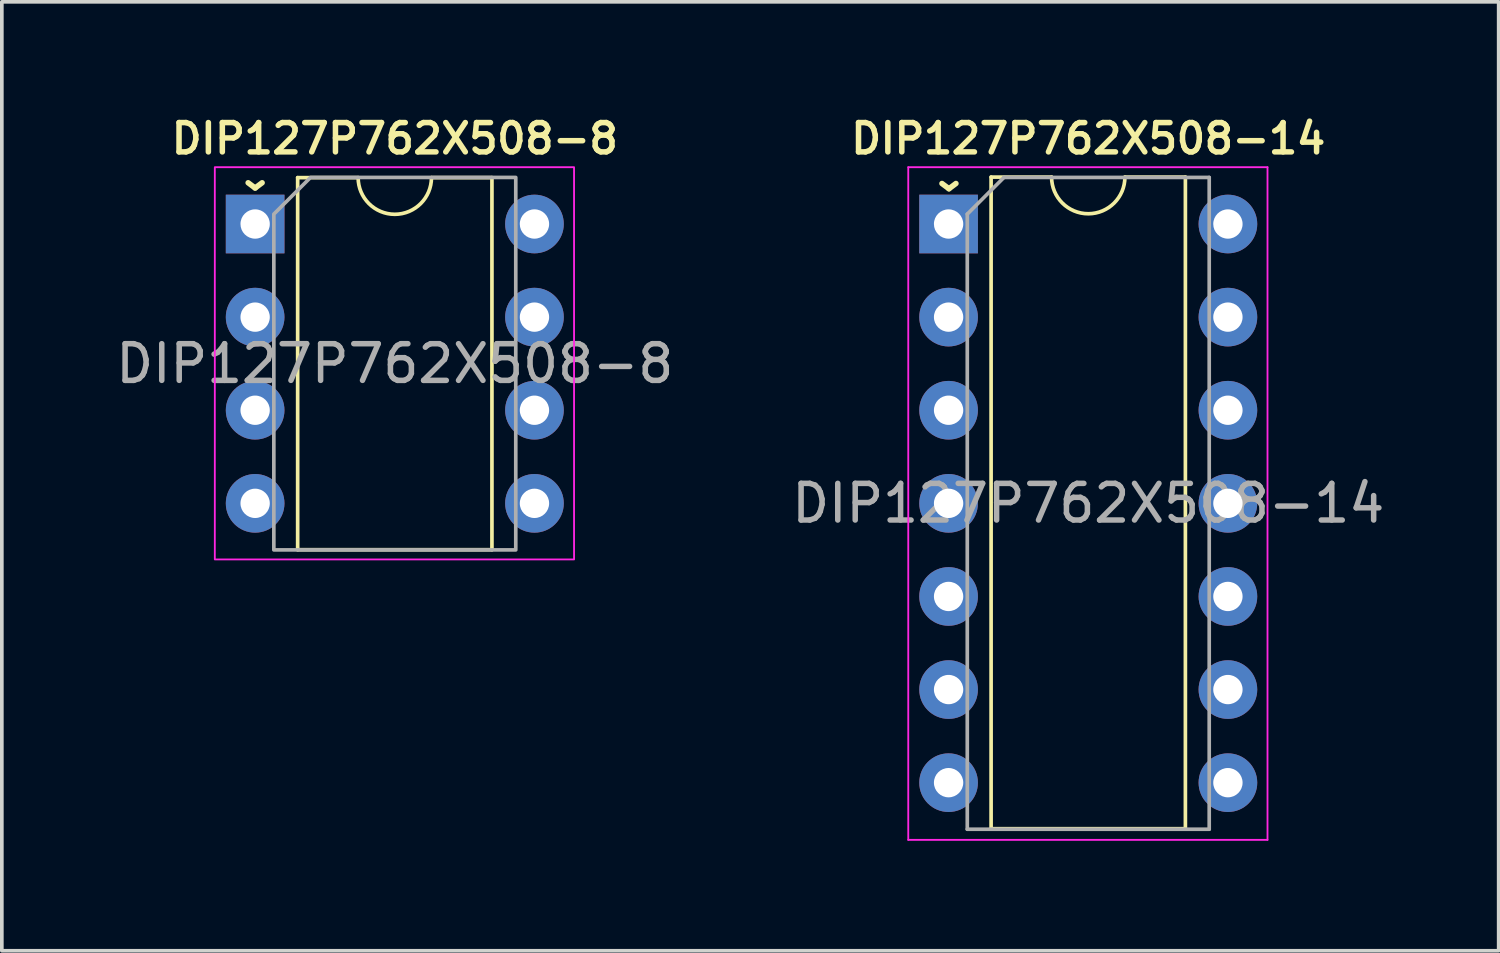
<source format=kicad_pcb>
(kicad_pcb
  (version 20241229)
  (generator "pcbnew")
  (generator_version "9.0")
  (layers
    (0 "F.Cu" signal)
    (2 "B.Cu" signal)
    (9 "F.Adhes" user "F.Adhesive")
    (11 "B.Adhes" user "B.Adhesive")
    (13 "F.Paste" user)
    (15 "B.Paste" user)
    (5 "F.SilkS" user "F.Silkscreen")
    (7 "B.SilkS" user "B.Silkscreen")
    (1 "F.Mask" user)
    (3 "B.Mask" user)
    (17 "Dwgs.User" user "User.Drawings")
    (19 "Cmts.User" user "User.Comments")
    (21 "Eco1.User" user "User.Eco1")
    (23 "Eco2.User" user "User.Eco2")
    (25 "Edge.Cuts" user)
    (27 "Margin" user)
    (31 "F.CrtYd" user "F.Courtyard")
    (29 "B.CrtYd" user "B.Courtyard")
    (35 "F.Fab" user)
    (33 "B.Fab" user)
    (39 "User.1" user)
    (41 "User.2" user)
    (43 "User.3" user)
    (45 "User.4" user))
  (footprint "DIP127P762X508-14"
    (layer "F.Cu")
    (at 26.637 10.681)
    (property "Reference" "DIP127P762X508-14" (at 0 -9.95 0) (layer "F.SilkS") (effects (font (size 0.8 0.8) (thickness 0.15))))
    (attr through_hole)
    (fp_line (start -2.65 -8.9) (end -2.65 8.875) (stroke (width 0.1) (type solid)) (layer "F.SilkS"))
    (fp_line (start -2.65 8.875) (end 2.65 8.875) (stroke (width 0.1) (type solid)) (layer "F.SilkS"))
    (fp_line (start -1 -8.9) (end -2.65 -8.9) (stroke (width 0.1) (type solid)) (layer "F.SilkS"))
    (fp_line (start 2.65 -8.9) (end 1 -8.9) (stroke (width 0.1) (type solid)) (layer "F.SilkS"))
    (fp_line (start 2.65 8.875) (end 2.65 -8.9) (stroke (width 0.1) (type solid)) (layer "F.SilkS"))
    (fp_arc (start 1 -8.9) (mid 0 -7.9) (end -1 -8.9) (stroke (width 0.1) (type solid)) (layer "F.SilkS"))
    (fp_line (start -4.91 -9.17) (end -4.91 9.18) (stroke (width 0.05) (type solid)) (layer "F.CrtYd"))
    (fp_line (start -4.91 9.18) (end 4.89 9.18) (stroke (width 0.05) (type solid)) (layer "F.CrtYd"))
    (fp_line (start 4.89 -9.17) (end -4.91 -9.17) (stroke (width 0.05) (type solid)) (layer "F.CrtYd"))
    (fp_line (start 4.89 9.18) (end 4.89 -9.17) (stroke (width 0.05) (type solid)) (layer "F.CrtYd"))
    (fp_line (start -3.3 -7.89) (end -2.3 -8.89) (stroke (width 0.1) (type solid)) (layer "F.Fab"))
    (fp_line (start -3.3 8.89) (end -3.3 -7.89) (stroke (width 0.1) (type solid)) (layer "F.Fab"))
    (fp_line (start -2.3 -8.89) (end 3.3 -8.89) (stroke (width 0.1) (type solid)) (layer "F.Fab"))
    (fp_line (start 3.3 -8.89) (end 3.3 8.89) (stroke (width 0.1) (type solid)) (layer "F.Fab"))
    (fp_line (start 3.3 8.89) (end -3.3 8.89) (stroke (width 0.1) (type solid)) (layer "F.Fab"))
    (fp_text user "^" (at -3.8 -9.175 180) (unlocked yes) (layer "F.SilkS") (effects (font (size 1 1) (thickness 0.15))))
    (fp_text user "${REFERENCE}" (at 0 0 0) (layer "F.Fab") (effects (font (size 1 1) (thickness 0.15))))
    (pad "1" thru_hole rect (at -3.81 -7.62) (size 1.6 1.6) (drill 0.8) (layers "*.Cu" "*.Mask") (remove_unused_layers yes) (keep_end_layers yes) (zone_layer_connections))
    (pad "2" thru_hole circle (at -3.81 -5.08) (size 1.6 1.6) (drill 0.8) (layers "*.Cu" "*.Mask") (remove_unused_layers yes) (keep_end_layers yes) (zone_layer_connections))
    (pad "3" thru_hole circle (at -3.81 -2.54) (size 1.6 1.6) (drill 0.8) (layers "*.Cu" "*.Mask") (remove_unused_layers yes) (keep_end_layers yes) (zone_layer_connections))
    (pad "4" thru_hole circle (at -3.81 0) (size 1.6 1.6) (drill 0.8) (layers "*.Cu" "*.Mask") (remove_unused_layers yes) (keep_end_layers yes) (zone_layer_connections))
    (pad "5" thru_hole circle (at -3.81 2.54) (size 1.6 1.6) (drill 0.8) (layers "*.Cu" "*.Mask") (remove_unused_layers yes) (keep_end_layers yes) (zone_layer_connections))
    (pad "6" thru_hole circle (at -3.81 5.08) (size 1.6 1.6) (drill 0.8) (layers "*.Cu" "*.Mask") (remove_unused_layers yes) (keep_end_layers yes) (zone_layer_connections))
    (pad "7" thru_hole circle (at -3.81 7.62) (size 1.6 1.6) (drill 0.8) (layers "*.Cu" "*.Mask") (remove_unused_layers yes) (keep_end_layers yes) (zone_layer_connections))
    (pad "8" thru_hole circle (at 3.81 7.62) (size 1.6 1.6) (drill 0.8) (layers "*.Cu" "*.Mask") (remove_unused_layers yes) (keep_end_layers yes) (zone_layer_connections))
    (pad "9" thru_hole circle (at 3.81 5.08) (size 1.6 1.6) (drill 0.8) (layers "*.Cu" "*.Mask") (remove_unused_layers yes) (keep_end_layers yes) (zone_layer_connections))
    (pad "10" thru_hole circle (at 3.81 2.54) (size 1.6 1.6) (drill 0.8) (layers "*.Cu" "*.Mask") (remove_unused_layers yes) (keep_end_layers yes) (zone_layer_connections))
    (pad "11" thru_hole circle (at 3.81 0) (size 1.6 1.6) (drill 0.8) (layers "*.Cu" "*.Mask") (remove_unused_layers yes) (keep_end_layers yes) (zone_layer_connections))
    (pad "12" thru_hole circle (at 3.81 -2.54) (size 1.6 1.6) (drill 0.8) (layers "*.Cu" "*.Mask") (remove_unused_layers yes) (keep_end_layers yes) (zone_layer_connections))
    (pad "13" thru_hole circle (at 3.81 -5.08) (size 1.6 1.6) (drill 0.8) (layers "*.Cu" "*.Mask") (remove_unused_layers yes) (keep_end_layers yes) (zone_layer_connections))
    (pad "14" thru_hole circle (at 3.81 -7.62) (size 1.6 1.6) (drill 0.8) (layers "*.Cu" "*.Mask") (remove_unused_layers yes) (keep_end_layers yes) (zone_layer_connections)))
  (footprint "DIP127P762X508-8"
    (layer "F.Cu")
    (at 7.72 6.871)
    (property "Reference" "DIP127P762X508-8" (at 0 -6.14 0) (layer "F.SilkS") (effects (font (size 0.8 0.8) (thickness 0.15))))
    (attr through_hole)
    (fp_line (start -2.65 -5.075) (end -2.65 5.075) (stroke (width 0.1) (type solid)) (layer "F.SilkS"))
    (fp_line (start -2.65 5.075) (end 2.65 5.075) (stroke (width 0.1) (type solid)) (layer "F.SilkS"))
    (fp_line (start -1 -5.075) (end -2.65 -5.075) (stroke (width 0.1) (type solid)) (layer "F.SilkS"))
    (fp_line (start 2.65 -5.075) (end 1 -5.075) (stroke (width 0.1) (type solid)) (layer "F.SilkS"))
    (fp_line (start 2.65 5.075) (end 2.65 -5.075) (stroke (width 0.1) (type solid)) (layer "F.SilkS"))
    (fp_arc (start 1 -5.075) (mid 0 -4.075) (end -1 -5.075) (stroke (width 0.1) (type solid)) (layer "F.SilkS"))
    (fp_poly (pts (xy 4.89 5.34) (xy -4.91 5.34) (xy -4.91 -5.36) (xy 4.89 -5.36)) (stroke (width 0.05) (type solid)) (fill no) (layer "F.CrtYd"))
    (fp_poly (pts (xy -2.3 -5.08) (xy -3.3 -4.08) (xy -3.3 5.08) (xy 3.3 5.08) (xy 3.3 -5.08)) (stroke (width 0.1) (type solid)) (fill no) (layer "F.Fab"))
    (fp_text user "^" (at -3.81 -5.385 180) (unlocked yes) (layer "F.SilkS") (effects (font (size 1 1) (thickness 0.15))))
    (fp_text user "${REFERENCE}" (at 0 0 0) (layer "F.Fab") (effects (font (size 1 1) (thickness 0.15))))
    (pad "1" thru_hole rect (at -3.81 -3.81) (size 1.6 1.6) (drill 0.8) (layers "*.Cu" "*.Mask") (remove_unused_layers yes) (keep_end_layers yes) (zone_layer_connections))
    (pad "2" thru_hole circle (at -3.81 -1.27) (size 1.6 1.6) (drill 0.8) (layers "*.Cu" "*.Mask") (remove_unused_layers yes) (keep_end_layers yes) (zone_layer_connections))
    (pad "3" thru_hole circle (at -3.81 1.27) (size 1.6 1.6) (drill 0.8) (layers "*.Cu" "*.Mask") (remove_unused_layers yes) (keep_end_layers yes) (zone_layer_connections))
    (pad "4" thru_hole circle (at -3.81 3.81) (size 1.6 1.6) (drill 0.8) (layers "*.Cu" "*.Mask") (remove_unused_layers yes) (keep_end_layers yes) (zone_layer_connections))
    (pad "5" thru_hole circle (at 3.81 3.81) (size 1.6 1.6) (drill 0.8) (layers "*.Cu" "*.Mask") (remove_unused_layers yes) (keep_end_layers yes) (zone_layer_connections))
    (pad "6" thru_hole circle (at 3.81 1.27) (size 1.6 1.6) (drill 0.8) (layers "*.Cu" "*.Mask") (remove_unused_layers yes) (keep_end_layers yes) (zone_layer_connections))
    (pad "7" thru_hole circle (at 3.81 -1.27) (size 1.6 1.6) (drill 0.8) (layers "*.Cu" "*.Mask") (remove_unused_layers yes) (keep_end_layers yes) (zone_layer_connections))
    (pad "8" thru_hole circle (at 3.81 -3.81) (size 1.6 1.6) (drill 0.8) (layers "*.Cu" "*.Mask") (remove_unused_layers yes) (keep_end_layers yes) (zone_layer_connections)))
  (gr_rect
    (start -3 -3)
    (end 37.833 22.886)
    (stroke (width 0.1) (type default))
    (fill no)
    (layer "Edge.Cuts")))
</source>
